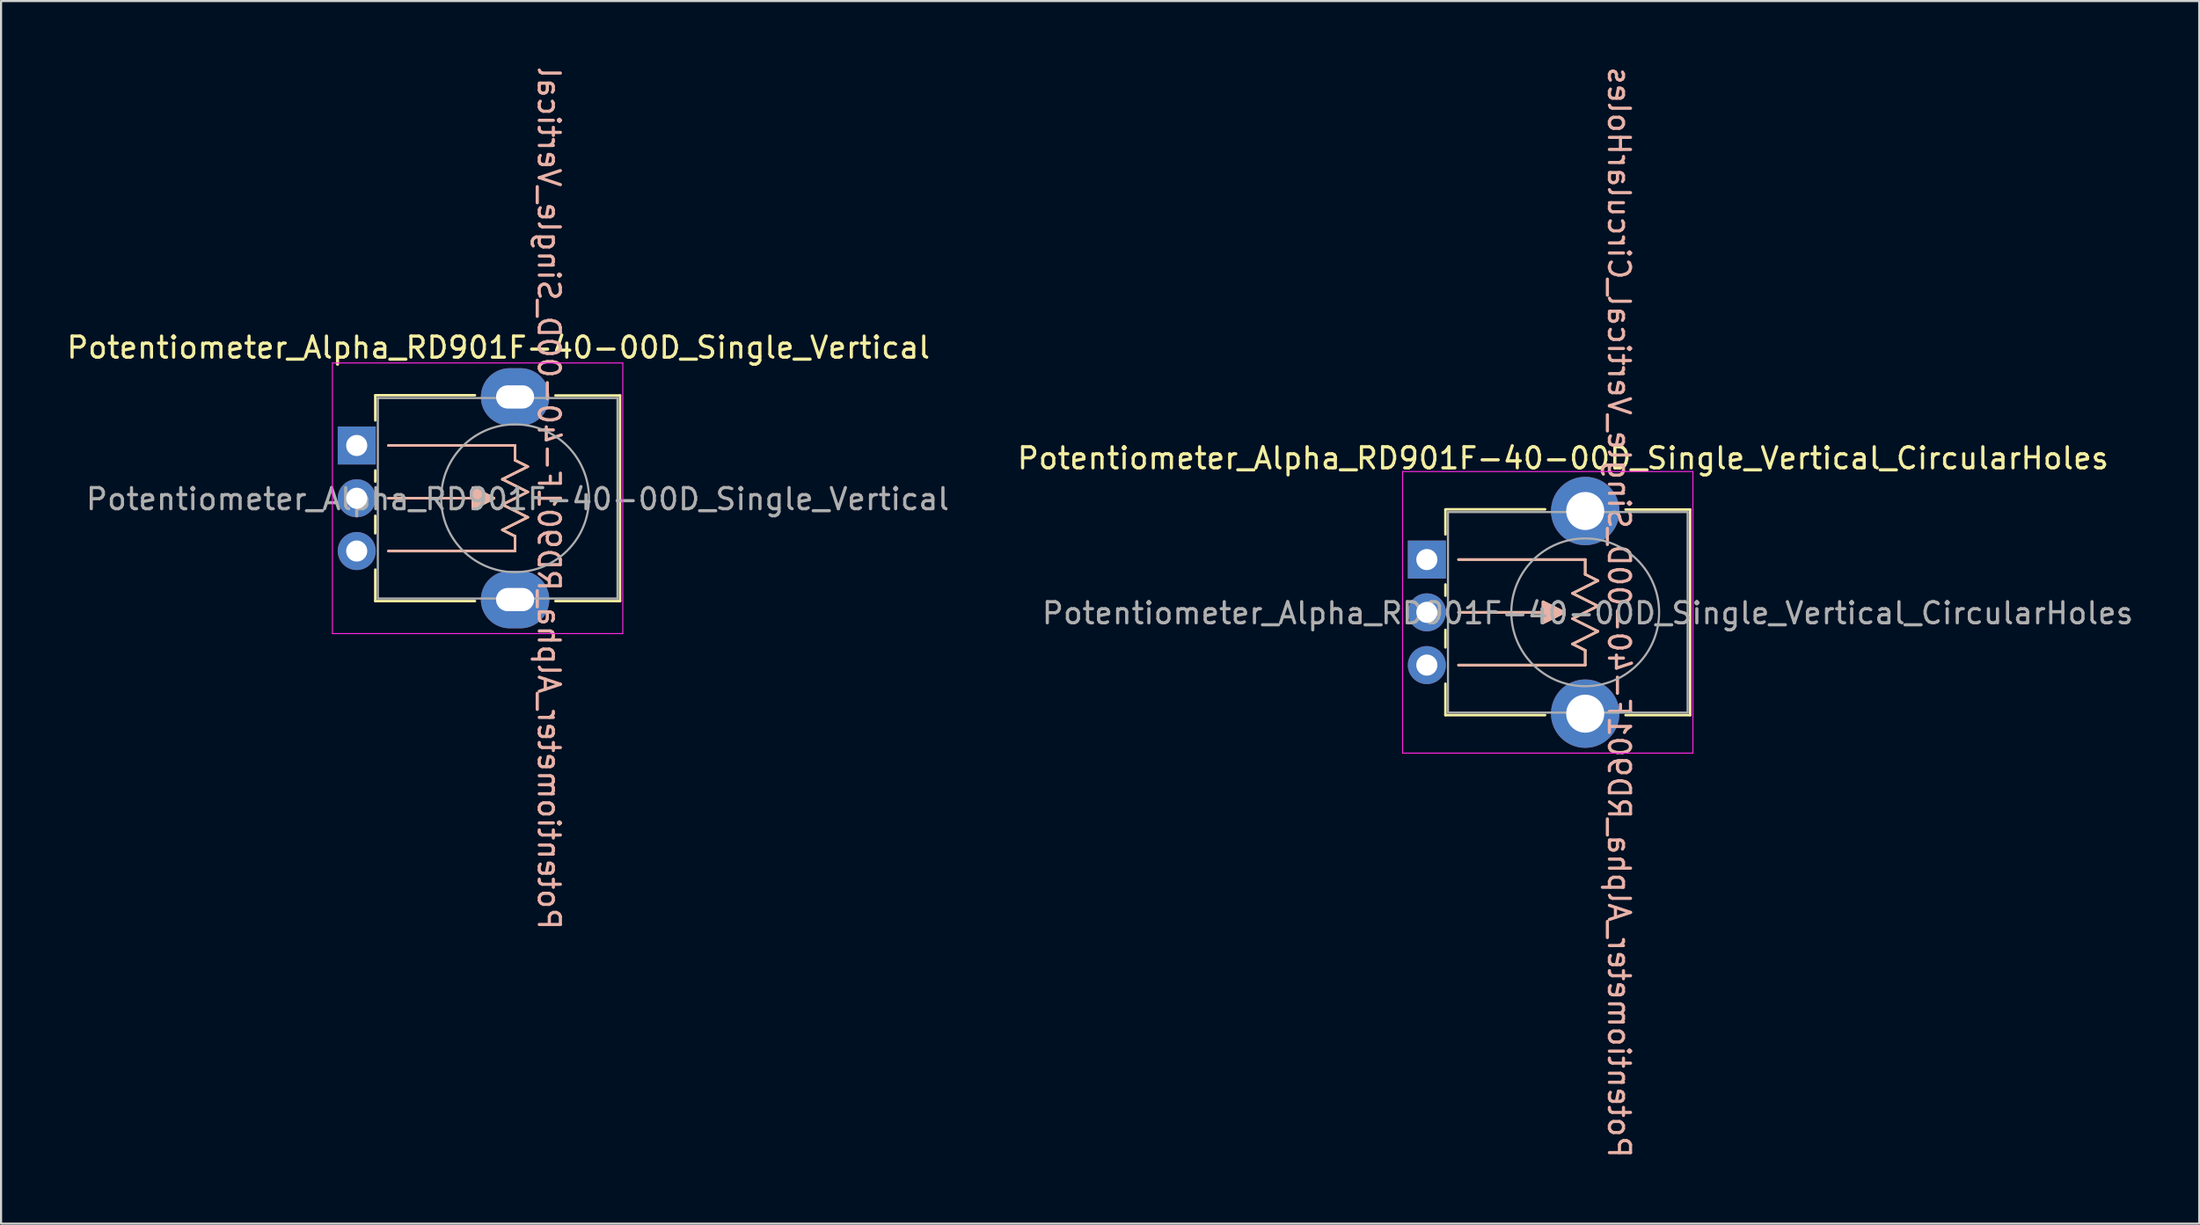
<source format=kicad_pcb>
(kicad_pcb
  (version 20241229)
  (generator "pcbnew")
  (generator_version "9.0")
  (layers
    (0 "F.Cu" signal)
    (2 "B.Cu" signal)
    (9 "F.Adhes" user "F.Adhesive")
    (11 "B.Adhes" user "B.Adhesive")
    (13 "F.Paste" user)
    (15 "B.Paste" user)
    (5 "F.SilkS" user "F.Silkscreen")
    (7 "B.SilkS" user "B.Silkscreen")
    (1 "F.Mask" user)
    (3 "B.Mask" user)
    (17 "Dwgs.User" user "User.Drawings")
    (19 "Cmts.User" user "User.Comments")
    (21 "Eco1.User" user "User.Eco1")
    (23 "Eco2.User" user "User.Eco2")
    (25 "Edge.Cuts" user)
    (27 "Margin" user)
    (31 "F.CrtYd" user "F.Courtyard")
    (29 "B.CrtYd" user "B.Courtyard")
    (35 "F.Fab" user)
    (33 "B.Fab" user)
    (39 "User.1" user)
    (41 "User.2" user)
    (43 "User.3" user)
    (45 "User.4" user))
  (footprint "Potentiometer_Alpha_RD901F-40-00D_Single_Vertical"
    (layer "F.Cu")
    (at 13.844 18.054)
    (property "Reference" "Potentiometer_Alpha_RD901F-40-00D_Single_Vertical" (at 6.71 -4.64 180) (layer "F.SilkS") (effects (font (size 1 1) (thickness 0.15))))
    (attr through_hole)
    (fp_line (start 0.88 -2.38) (end 5.6 -2.38) (stroke (width 0.12) (type solid)) (layer "F.SilkS"))
    (fp_line (start 0.88 -1.19) (end 0.88 -2.37) (stroke (width 0.12) (type solid)) (layer "F.SilkS"))
    (fp_line (start 0.88 1.71) (end 0.88 1.18) (stroke (width 0.12) (type solid)) (layer "F.SilkS"))
    (fp_line (start 0.88 4.16) (end 0.88 3.33) (stroke (width 0.12) (type solid)) (layer "F.SilkS"))
    (fp_line (start 0.88 7.37) (end 0.88 5.88) (stroke (width 0.12) (type solid)) (layer "F.SilkS"))
    (fp_line (start 0.88 7.37) (end 5.6 7.37) (stroke (width 0.12) (type solid)) (layer "F.SilkS"))
    (fp_line (start 1.5 2.5) (end 6.5 2.5) (stroke (width 0.12) (type solid)) (layer "F.SilkS"))
    (fp_line (start 6.9 1.6) (end 8.1 1) (stroke (width 0.12) (type solid)) (layer "F.SilkS"))
    (fp_line (start 6.9 2.8) (end 8.1 2.2) (stroke (width 0.12) (type solid)) (layer "F.SilkS"))
    (fp_line (start 6.9 4) (end 8.1 3.4) (stroke (width 0.12) (type solid)) (layer "F.SilkS"))
    (fp_line (start 7.5 0) (end 1.5 0) (stroke (width 0.12) (type solid)) (layer "F.SilkS"))
    (fp_line (start 7.5 0.7) (end 7.5 0) (stroke (width 0.12) (type solid)) (layer "F.SilkS"))
    (fp_line (start 7.5 4.3) (end 6.9 4) (stroke (width 0.12) (type solid)) (layer "F.SilkS"))
    (fp_line (start 7.5 4.3) (end 7.5 5) (stroke (width 0.12) (type solid)) (layer "F.SilkS"))
    (fp_line (start 7.5 5) (end 1.5 5) (stroke (width 0.12) (type solid)) (layer "F.SilkS"))
    (fp_line (start 8.1 1) (end 7.5 0.7) (stroke (width 0.12) (type solid)) (layer "F.SilkS"))
    (fp_line (start 8.1 2.2) (end 6.9 1.6) (stroke (width 0.12) (type solid)) (layer "F.SilkS"))
    (fp_line (start 8.1 3.4) (end 6.9 2.8) (stroke (width 0.12) (type solid)) (layer "F.SilkS"))
    (fp_line (start 9.41 -2.37) (end 12.47 -2.37) (stroke (width 0.12) (type solid)) (layer "F.SilkS"))
    (fp_line (start 9.41 7.37) (end 12.47 7.37) (stroke (width 0.12) (type solid)) (layer "F.SilkS"))
    (fp_line (start 12.47 7.37) (end 12.47 -2.37) (stroke (width 0.12) (type solid)) (layer "F.SilkS"))
    (fp_poly (pts (xy 6.5 2.5) (xy 5.5 3) (xy 5.5 2)) (stroke (width 0.12) (type solid)) (fill yes) (layer "F.SilkS"))
    (fp_line (start 1.5 0) (end 7.5 0) (stroke (width 0.12) (type solid)) (layer "B.SilkS"))
    (fp_line (start 1.5 2.5) (end 6.5 2.5) (stroke (width 0.12) (type solid)) (layer "B.SilkS"))
    (fp_line (start 6.9 1.6) (end 8.1 2.2) (stroke (width 0.12) (type solid)) (layer "B.SilkS"))
    (fp_line (start 6.9 2.8) (end 8.1 3.4) (stroke (width 0.12) (type solid)) (layer "B.SilkS"))
    (fp_line (start 6.9 4) (end 7.5 4.3) (stroke (width 0.12) (type solid)) (layer "B.SilkS"))
    (fp_line (start 7.5 0) (end 7.5 0.7) (stroke (width 0.12) (type solid)) (layer "B.SilkS"))
    (fp_line (start 7.5 0.7) (end 8.1 1) (stroke (width 0.12) (type solid)) (layer "B.SilkS"))
    (fp_line (start 7.5 4.3) (end 7.5 5) (stroke (width 0.12) (type solid)) (layer "B.SilkS"))
    (fp_line (start 7.5 5) (end 1.5 5) (stroke (width 0.12) (type solid)) (layer "B.SilkS"))
    (fp_line (start 8.1 1) (end 6.9 1.6) (stroke (width 0.12) (type solid)) (layer "B.SilkS"))
    (fp_line (start 8.1 2.2) (end 6.9 2.8) (stroke (width 0.12) (type solid)) (layer "B.SilkS"))
    (fp_line (start 8.1 3.4) (end 6.9 4) (stroke (width 0.12) (type solid)) (layer "B.SilkS"))
    (fp_poly (pts (xy 6.5 2.5) (xy 5.5 3) (xy 5.5 2)) (stroke (width 0.12) (type solid)) (fill yes) (layer "B.SilkS"))
    (fp_line (start -1.15 -3.91) (end -1.15 8.91) (stroke (width 0.05) (type solid)) (layer "F.CrtYd"))
    (fp_line (start -1.15 8.91) (end 12.6 8.91) (stroke (width 0.05) (type solid)) (layer "F.CrtYd"))
    (fp_line (start 12.6 -3.91) (end -1.15 -3.91) (stroke (width 0.05) (type solid)) (layer "F.CrtYd"))
    (fp_line (start 12.6 8.91) (end 12.6 -3.91) (stroke (width 0.05) (type solid)) (layer "F.CrtYd"))
    (fp_line (start 1 -2.25) (end 12.35 -2.25) (stroke (width 0.1) (type solid)) (layer "F.Fab"))
    (fp_line (start 1 7.25) (end 1 -2.25) (stroke (width 0.1) (type solid)) (layer "F.Fab"))
    (fp_line (start 1 7.25) (end 12.35 7.25) (stroke (width 0.1) (type solid)) (layer "F.Fab"))
    (fp_line (start 12.35 7.25) (end 12.35 -2.25) (stroke (width 0.1) (type solid)) (layer "F.Fab"))
    (fp_circle (center 7.5 2.5) (end 7.5 -1) (stroke (width 0.1) (type solid)) (fill no) (layer "F.Fab"))
    (fp_text user "${REFERENCE}" (at 9.1 2.5 270) (unlocked yes) (layer "B.SilkS") (effects (font (size 1 1) (thickness 0.15)) (justify mirror)))
    (fp_text user "${REFERENCE}" (at 7.62 2.54 0) (layer "F.Fab") (effects (font (size 1 1) (thickness 0.15))))
    (pad "" thru_hole oval (at 7.5 -2.3 90) (size 2.72 3.24) (drill oval 1.1 1.8) (layers "*.Cu" "*.Mask"))
    (pad "" thru_hole oval (at 7.5 7.3 90) (size 2.72 3.24) (drill oval 1.1 1.8) (layers "*.Cu" "*.Mask"))
    (pad "1" thru_hole rect (at 0 0 90) (size 1.8 1.8) (drill 1) (layers "*.Cu" "*.Mask"))
    (pad "2" thru_hole circle (at 0 2.5 90) (size 1.8 1.8) (drill 1) (layers "*.Cu" "*.Mask"))
    (pad "3" thru_hole circle (at 0 5 90) (size 1.8 1.8) (drill 1) (layers "*.Cu" "*.Mask")))
  (footprint "Potentiometer_Alpha_RD901F-40-00D_Single_Vertical_CircularHoles"
    (layer "F.Cu")
    (at 64.525 23.458)
    (property "Reference" "Potentiometer_Alpha_RD901F-40-00D_Single_Vertical_CircularHoles" (at 6.45 -4.8 180) (layer "F.SilkS") (effects (font (size 1 1) (thickness 0.15))))
    (attr through_hole)
    (fp_line (start 0.88 -2.38) (end 5.6 -2.38) (stroke (width 0.12) (type solid)) (layer "F.SilkS"))
    (fp_line (start 0.88 -1.19) (end 0.88 -2.37) (stroke (width 0.12) (type solid)) (layer "F.SilkS"))
    (fp_line (start 0.88 1.71) (end 0.88 1.18) (stroke (width 0.12) (type solid)) (layer "F.SilkS"))
    (fp_line (start 0.88 4.16) (end 0.88 3.33) (stroke (width 0.12) (type solid)) (layer "F.SilkS"))
    (fp_line (start 0.88 7.37) (end 0.88 5.88) (stroke (width 0.12) (type solid)) (layer "F.SilkS"))
    (fp_line (start 0.88 7.37) (end 5.6 7.37) (stroke (width 0.12) (type solid)) (layer "F.SilkS"))
    (fp_line (start 1.5 2.5) (end 6.5 2.5) (stroke (width 0.12) (type solid)) (layer "F.SilkS"))
    (fp_line (start 6.9 1.6) (end 8.1 1) (stroke (width 0.12) (type solid)) (layer "F.SilkS"))
    (fp_line (start 6.9 2.8) (end 8.1 2.2) (stroke (width 0.12) (type solid)) (layer "F.SilkS"))
    (fp_line (start 6.9 4) (end 8.1 3.4) (stroke (width 0.12) (type solid)) (layer "F.SilkS"))
    (fp_line (start 7.5 0) (end 1.5 0) (stroke (width 0.12) (type solid)) (layer "F.SilkS"))
    (fp_line (start 7.5 0.7) (end 7.5 0) (stroke (width 0.12) (type solid)) (layer "F.SilkS"))
    (fp_line (start 7.5 4.3) (end 6.9 4) (stroke (width 0.12) (type solid)) (layer "F.SilkS"))
    (fp_line (start 7.5 4.3) (end 7.5 5) (stroke (width 0.12) (type solid)) (layer "F.SilkS"))
    (fp_line (start 7.5 5) (end 1.5 5) (stroke (width 0.12) (type solid)) (layer "F.SilkS"))
    (fp_line (start 8.1 1) (end 7.5 0.7) (stroke (width 0.12) (type solid)) (layer "F.SilkS"))
    (fp_line (start 8.1 2.2) (end 6.9 1.6) (stroke (width 0.12) (type solid)) (layer "F.SilkS"))
    (fp_line (start 8.1 3.4) (end 6.9 2.8) (stroke (width 0.12) (type solid)) (layer "F.SilkS"))
    (fp_line (start 9.41 -2.37) (end 12.47 -2.37) (stroke (width 0.12) (type solid)) (layer "F.SilkS"))
    (fp_line (start 9.41 7.37) (end 12.47 7.37) (stroke (width 0.12) (type solid)) (layer "F.SilkS"))
    (fp_line (start 12.47 7.37) (end 12.47 -2.37) (stroke (width 0.12) (type solid)) (layer "F.SilkS"))
    (fp_poly (pts (xy 6.5 2.5) (xy 5.5 3) (xy 5.5 2)) (stroke (width 0.12) (type solid)) (fill yes) (layer "F.SilkS"))
    (fp_line (start 1.5 0) (end 7.5 0) (stroke (width 0.12) (type solid)) (layer "B.SilkS"))
    (fp_line (start 1.5 2.5) (end 6.5 2.5) (stroke (width 0.12) (type solid)) (layer "B.SilkS"))
    (fp_line (start 6.9 1.6) (end 8.1 2.2) (stroke (width 0.12) (type solid)) (layer "B.SilkS"))
    (fp_line (start 6.9 2.8) (end 8.1 3.4) (stroke (width 0.12) (type solid)) (layer "B.SilkS"))
    (fp_line (start 6.9 4) (end 7.5 4.3) (stroke (width 0.12) (type solid)) (layer "B.SilkS"))
    (fp_line (start 7.5 0) (end 7.5 0.7) (stroke (width 0.12) (type solid)) (layer "B.SilkS"))
    (fp_line (start 7.5 0.7) (end 8.1 1) (stroke (width 0.12) (type solid)) (layer "B.SilkS"))
    (fp_line (start 7.5 4.3) (end 7.5 5) (stroke (width 0.12) (type solid)) (layer "B.SilkS"))
    (fp_line (start 7.5 5) (end 1.5 5) (stroke (width 0.12) (type solid)) (layer "B.SilkS"))
    (fp_line (start 8.1 1) (end 6.9 1.6) (stroke (width 0.12) (type solid)) (layer "B.SilkS"))
    (fp_line (start 8.1 2.2) (end 6.9 2.8) (stroke (width 0.12) (type solid)) (layer "B.SilkS"))
    (fp_line (start 8.1 3.4) (end 6.9 4) (stroke (width 0.12) (type solid)) (layer "B.SilkS"))
    (fp_poly (pts (xy 6.5 2.5) (xy 5.5 3) (xy 5.5 2)) (stroke (width 0.12) (type solid)) (fill yes) (layer "B.SilkS"))
    (fp_line (start -1.15 -4.17) (end -1.15 9.17) (stroke (width 0.05) (type solid)) (layer "F.CrtYd"))
    (fp_line (start -1.15 9.17) (end 12.6 9.17) (stroke (width 0.05) (type solid)) (layer "F.CrtYd"))
    (fp_line (start 12.6 -4.17) (end -1.15 -4.17) (stroke (width 0.05) (type solid)) (layer "F.CrtYd"))
    (fp_line (start 12.6 9.17) (end 12.6 -4.17) (stroke (width 0.05) (type solid)) (layer "F.CrtYd"))
    (fp_line (start 1 -2.25) (end 12.35 -2.25) (stroke (width 0.1) (type solid)) (layer "F.Fab"))
    (fp_line (start 1 7.25) (end 1 -2.25) (stroke (width 0.1) (type solid)) (layer "F.Fab"))
    (fp_line (start 1 7.25) (end 12.35 7.25) (stroke (width 0.1) (type solid)) (layer "F.Fab"))
    (fp_line (start 12.35 7.25) (end 12.35 -2.25) (stroke (width 0.1) (type solid)) (layer "F.Fab"))
    (fp_circle (center 7.5 2.5) (end 7.5 -1) (stroke (width 0.1) (type solid)) (fill no) (layer "F.Fab"))
    (fp_text user "${REFERENCE}" (at 9.1 2.5 270) (unlocked yes) (layer "B.SilkS") (effects (font (size 1 1) (thickness 0.15)) (justify mirror)))
    (fp_text user "${REFERENCE}" (at 7.62 2.54 0) (layer "F.Fab") (effects (font (size 1 1) (thickness 0.15))))
    (pad "" thru_hole circle (at 7.5 -2.3 90) (size 3.24 3.24) (drill 1.8) (layers "*.Cu" "*.Mask"))
    (pad "" thru_hole circle (at 7.5 7.3 90) (size 3.24 3.24) (drill 1.8) (layers "*.Cu" "*.Mask"))
    (pad "1" thru_hole rect (at 0 0 90) (size 1.8 1.8) (drill 1) (layers "*.Cu" "*.Mask"))
    (pad "2" thru_hole circle (at 0 2.5 90) (size 1.8 1.8) (drill 1) (layers "*.Cu" "*.Mask"))
    (pad "3" thru_hole circle (at 0 5 90) (size 1.8 1.8) (drill 1) (layers "*.Cu" "*.Mask")))
  (gr_rect
    (start -3 -3)
    (end 101.104 54.917)
    (stroke (width 0.1) (type default))
    (fill no)
    (layer "Edge.Cuts")))
</source>
